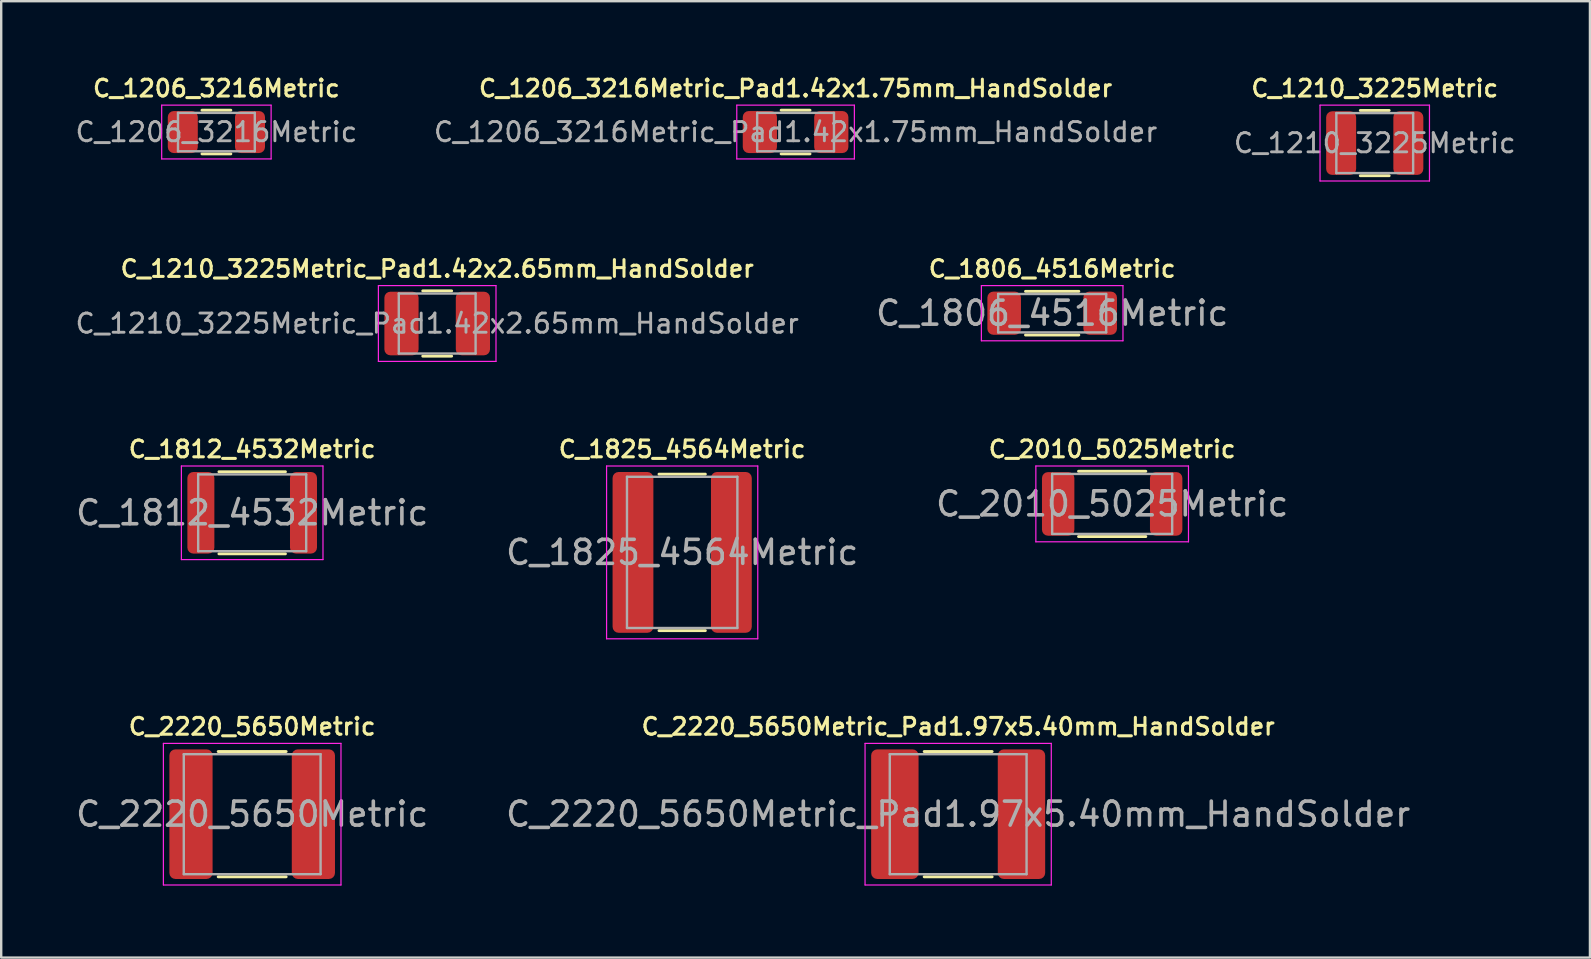
<source format=kicad_pcb>
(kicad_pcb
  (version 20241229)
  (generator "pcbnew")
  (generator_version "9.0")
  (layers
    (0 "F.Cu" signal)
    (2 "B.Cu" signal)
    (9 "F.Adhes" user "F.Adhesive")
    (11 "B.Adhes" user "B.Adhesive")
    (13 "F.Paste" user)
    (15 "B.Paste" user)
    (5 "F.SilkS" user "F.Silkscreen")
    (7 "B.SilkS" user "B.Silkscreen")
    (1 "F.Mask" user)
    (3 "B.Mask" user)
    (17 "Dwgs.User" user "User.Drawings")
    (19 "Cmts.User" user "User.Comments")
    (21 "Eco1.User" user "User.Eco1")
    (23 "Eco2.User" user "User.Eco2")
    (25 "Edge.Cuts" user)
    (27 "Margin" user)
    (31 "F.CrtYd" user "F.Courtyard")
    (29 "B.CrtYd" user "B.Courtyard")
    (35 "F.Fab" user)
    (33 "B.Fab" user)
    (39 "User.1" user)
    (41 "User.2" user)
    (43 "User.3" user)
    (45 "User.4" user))
  (footprint "C_1206_3216Metric"
    (layer "F.Cu")
    (at 5.967 2.452)
    (property "Reference" "C_1206_3216Metric" (at 0 -1.82 0) (layer "F.SilkS") (effects (font (size 0.7 0.7) (thickness 0.127))))
    (attr smd)
    (fp_line (start -0.602 -0.91) (end 0.602 -0.91) (stroke (width 0.12) (type solid)) (layer "F.SilkS"))
    (fp_line (start -0.602 0.91) (end 0.602 0.91) (stroke (width 0.12) (type solid)) (layer "F.SilkS"))
    (fp_line (start -2.28 -1.12) (end 2.28 -1.12) (stroke (width 0.05) (type solid)) (layer "F.CrtYd"))
    (fp_line (start -2.28 1.12) (end -2.28 -1.12) (stroke (width 0.05) (type solid)) (layer "F.CrtYd"))
    (fp_line (start 2.28 -1.12) (end 2.28 1.12) (stroke (width 0.05) (type solid)) (layer "F.CrtYd"))
    (fp_line (start 2.28 1.12) (end -2.28 1.12) (stroke (width 0.05) (type solid)) (layer "F.CrtYd"))
    (fp_line (start -1.6 -0.8) (end 1.6 -0.8) (stroke (width 0.1) (type solid)) (layer "F.Fab"))
    (fp_line (start -1.6 0.8) (end -1.6 -0.8) (stroke (width 0.1) (type solid)) (layer "F.Fab"))
    (fp_line (start 1.6 -0.8) (end 1.6 0.8) (stroke (width 0.1) (type solid)) (layer "F.Fab"))
    (fp_line (start 1.6 0.8) (end -1.6 0.8) (stroke (width 0.1) (type solid)) (layer "F.Fab"))
    (fp_text user "${REFERENCE}" (at 0 0 0) (layer "F.Fab") (effects (font (size 0.8 0.8) (thickness 0.12))))
    (pad "1" smd roundrect (at -1.4 0) (size 1.25 1.75) (layers "F.Cu" "F.Mask" "F.Paste") (roundrect_rratio 0.2))
    (pad "2" smd roundrect (at 1.4 0) (size 1.25 1.75) (layers "F.Cu" "F.Mask" "F.Paste") (roundrect_rratio 0.2)))
  (footprint "C_2220_5650Metric_Pad1.97x5.40mm_HandSolder"
    (layer "F.Cu")
    (at 36.875 30.875)
    (property "Reference" "C_2220_5650Metric_Pad1.97x5.40mm_HandSolder" (at 0 -3.65 0) (layer "F.SilkS") (effects (font (size 0.7 0.7) (thickness 0.127))))
    (attr smd)
    (fp_line (start -1.416 -2.61) (end 1.416 -2.61) (stroke (width 0.12) (type solid)) (layer "F.SilkS"))
    (fp_line (start -1.416 2.61) (end 1.416 2.61) (stroke (width 0.12) (type solid)) (layer "F.SilkS"))
    (fp_line (start -3.88 -2.95) (end 3.88 -2.95) (stroke (width 0.05) (type solid)) (layer "F.CrtYd"))
    (fp_line (start -3.88 2.95) (end -3.88 -2.95) (stroke (width 0.05) (type solid)) (layer "F.CrtYd"))
    (fp_line (start 3.88 -2.95) (end 3.88 2.95) (stroke (width 0.05) (type solid)) (layer "F.CrtYd"))
    (fp_line (start 3.88 2.95) (end -3.88 2.95) (stroke (width 0.05) (type solid)) (layer "F.CrtYd"))
    (fp_line (start -2.85 -2.5) (end 2.85 -2.5) (stroke (width 0.1) (type solid)) (layer "F.Fab"))
    (fp_line (start -2.85 2.5) (end -2.85 -2.5) (stroke (width 0.1) (type solid)) (layer "F.Fab"))
    (fp_line (start 2.85 -2.5) (end 2.85 2.5) (stroke (width 0.1) (type solid)) (layer "F.Fab"))
    (fp_line (start 2.85 2.5) (end -2.85 2.5) (stroke (width 0.1) (type solid)) (layer "F.Fab"))
    (fp_text user "${REFERENCE}" (at 0 0 0) (layer "F.Fab") (effects (font (size 1 1) (thickness 0.15))))
    (pad "1" smd roundrect (at -2.638 0) (size 1.975 5.4) (layers "F.Cu" "F.Mask" "F.Paste") (roundrect_rratio 0.127))
    (pad "2" smd roundrect (at 2.638 0) (size 1.975 5.4) (layers "F.Cu" "F.Mask" "F.Paste") (roundrect_rratio 0.127)))
  (footprint "C_1825_4564Metric"
    (layer "F.Cu")
    (at 25.375 19.967)
    (property "Reference" "C_1825_4564Metric" (at 0 -4.3 0) (layer "F.SilkS") (effects (font (size 0.7 0.7) (thickness 0.127))))
    (attr smd)
    (fp_line (start -0.966 -3.26) (end 0.966 -3.26) (stroke (width 0.12) (type solid)) (layer "F.SilkS"))
    (fp_line (start -0.966 3.26) (end 0.966 3.26) (stroke (width 0.12) (type solid)) (layer "F.SilkS"))
    (fp_line (start -3.15 -3.6) (end 3.15 -3.6) (stroke (width 0.05) (type solid)) (layer "F.CrtYd"))
    (fp_line (start -3.15 3.6) (end -3.15 -3.6) (stroke (width 0.05) (type solid)) (layer "F.CrtYd"))
    (fp_line (start 3.15 -3.6) (end 3.15 3.6) (stroke (width 0.05) (type solid)) (layer "F.CrtYd"))
    (fp_line (start 3.15 3.6) (end -3.15 3.6) (stroke (width 0.05) (type solid)) (layer "F.CrtYd"))
    (fp_line (start -2.3 -3.15) (end 2.3 -3.15) (stroke (width 0.1) (type solid)) (layer "F.Fab"))
    (fp_line (start -2.3 3.15) (end -2.3 -3.15) (stroke (width 0.1) (type solid)) (layer "F.Fab"))
    (fp_line (start 2.3 -3.15) (end 2.3 3.15) (stroke (width 0.1) (type solid)) (layer "F.Fab"))
    (fp_line (start 2.3 3.15) (end -2.3 3.15) (stroke (width 0.1) (type solid)) (layer "F.Fab"))
    (fp_text user "${REFERENCE}" (at 0 0 0) (layer "F.Fab") (effects (font (size 1 1) (thickness 0.15))))
    (pad "1" smd roundrect (at -2.05 0) (size 1.7 6.7) (layers "F.Cu" "F.Mask" "F.Paste") (roundrect_rratio 0.147))
    (pad "2" smd roundrect (at 2.05 0) (size 1.7 6.7) (layers "F.Cu" "F.Mask" "F.Paste") (roundrect_rratio 0.147)))
  (footprint "C_2220_5650Metric"
    (layer "F.Cu")
    (at 7.458 30.875)
    (property "Reference" "C_2220_5650Metric" (at 0 -3.65 0) (layer "F.SilkS") (effects (font (size 0.7 0.7) (thickness 0.127))))
    (attr smd)
    (fp_line (start -1.416 -2.61) (end 1.416 -2.61) (stroke (width 0.12) (type solid)) (layer "F.SilkS"))
    (fp_line (start -1.416 2.61) (end 1.416 2.61) (stroke (width 0.12) (type solid)) (layer "F.SilkS"))
    (fp_line (start -3.7 -2.95) (end 3.7 -2.95) (stroke (width 0.05) (type solid)) (layer "F.CrtYd"))
    (fp_line (start -3.7 2.95) (end -3.7 -2.95) (stroke (width 0.05) (type solid)) (layer "F.CrtYd"))
    (fp_line (start 3.7 -2.95) (end 3.7 2.95) (stroke (width 0.05) (type solid)) (layer "F.CrtYd"))
    (fp_line (start 3.7 2.95) (end -3.7 2.95) (stroke (width 0.05) (type solid)) (layer "F.CrtYd"))
    (fp_line (start -2.85 -2.5) (end 2.85 -2.5) (stroke (width 0.1) (type solid)) (layer "F.Fab"))
    (fp_line (start -2.85 2.5) (end -2.85 -2.5) (stroke (width 0.1) (type solid)) (layer "F.Fab"))
    (fp_line (start 2.85 -2.5) (end 2.85 2.5) (stroke (width 0.1) (type solid)) (layer "F.Fab"))
    (fp_line (start 2.85 2.5) (end -2.85 2.5) (stroke (width 0.1) (type solid)) (layer "F.Fab"))
    (fp_text user "${REFERENCE}" (at 0 0 0) (layer "F.Fab") (effects (font (size 1 1) (thickness 0.15))))
    (pad "1" smd roundrect (at -2.55 0) (size 1.8 5.4) (layers "F.Cu" "F.Mask" "F.Paste") (roundrect_rratio 0.139))
    (pad "2" smd roundrect (at 2.55 0) (size 1.8 5.4) (layers "F.Cu" "F.Mask" "F.Paste") (roundrect_rratio 0.139)))
  (footprint "C_1210_3225Metric"
    (layer "F.Cu")
    (at 54.233 2.912)
    (property "Reference" "C_1210_3225Metric" (at 0 -2.28 0) (layer "F.SilkS") (effects (font (size 0.7 0.7) (thickness 0.127))))
    (attr smd)
    (fp_line (start -0.602 -1.36) (end 0.602 -1.36) (stroke (width 0.12) (type solid)) (layer "F.SilkS"))
    (fp_line (start -0.602 1.36) (end 0.602 1.36) (stroke (width 0.12) (type solid)) (layer "F.SilkS"))
    (fp_line (start -2.28 -1.58) (end 2.28 -1.58) (stroke (width 0.05) (type solid)) (layer "F.CrtYd"))
    (fp_line (start -2.28 1.58) (end -2.28 -1.58) (stroke (width 0.05) (type solid)) (layer "F.CrtYd"))
    (fp_line (start 2.28 -1.58) (end 2.28 1.58) (stroke (width 0.05) (type solid)) (layer "F.CrtYd"))
    (fp_line (start 2.28 1.58) (end -2.28 1.58) (stroke (width 0.05) (type solid)) (layer "F.CrtYd"))
    (fp_line (start -1.6 -1.25) (end 1.6 -1.25) (stroke (width 0.1) (type solid)) (layer "F.Fab"))
    (fp_line (start -1.6 1.25) (end -1.6 -1.25) (stroke (width 0.1) (type solid)) (layer "F.Fab"))
    (fp_line (start 1.6 -1.25) (end 1.6 1.25) (stroke (width 0.1) (type solid)) (layer "F.Fab"))
    (fp_line (start 1.6 1.25) (end -1.6 1.25) (stroke (width 0.1) (type solid)) (layer "F.Fab"))
    (fp_text user "${REFERENCE}" (at 0 0 0) (layer "F.Fab") (effects (font (size 0.8 0.8) (thickness 0.12))))
    (pad "1" smd roundrect (at -1.4 0) (size 1.25 2.65) (layers "F.Cu" "F.Mask" "F.Paste") (roundrect_rratio 0.2))
    (pad "2" smd roundrect (at 1.4 0) (size 1.25 2.65) (layers "F.Cu" "F.Mask" "F.Paste") (roundrect_rratio 0.2)))
  (footprint "C_1806_4516Metric"
    (layer "F.Cu")
    (at 40.792 10)
    (property "Reference" "C_1806_4516Metric" (at 0 -1.85 0) (layer "F.SilkS") (effects (font (size 0.7 0.7) (thickness 0.127))))
    (attr smd)
    (fp_line (start -1.111 -0.91) (end 1.111 -0.91) (stroke (width 0.12) (type solid)) (layer "F.SilkS"))
    (fp_line (start -1.111 0.91) (end 1.111 0.91) (stroke (width 0.12) (type solid)) (layer "F.SilkS"))
    (fp_line (start -2.95 -1.15) (end 2.95 -1.15) (stroke (width 0.05) (type solid)) (layer "F.CrtYd"))
    (fp_line (start -2.95 1.15) (end -2.95 -1.15) (stroke (width 0.05) (type solid)) (layer "F.CrtYd"))
    (fp_line (start 2.95 -1.15) (end 2.95 1.15) (stroke (width 0.05) (type solid)) (layer "F.CrtYd"))
    (fp_line (start 2.95 1.15) (end -2.95 1.15) (stroke (width 0.05) (type solid)) (layer "F.CrtYd"))
    (fp_line (start -2.25 -0.8) (end 2.25 -0.8) (stroke (width 0.1) (type solid)) (layer "F.Fab"))
    (fp_line (start -2.25 0.8) (end -2.25 -0.8) (stroke (width 0.1) (type solid)) (layer "F.Fab"))
    (fp_line (start 2.25 -0.8) (end 2.25 0.8) (stroke (width 0.1) (type solid)) (layer "F.Fab"))
    (fp_line (start 2.25 0.8) (end -2.25 0.8) (stroke (width 0.1) (type solid)) (layer "F.Fab"))
    (fp_text user "${REFERENCE}" (at 0 0 0) (layer "F.Fab") (effects (font (size 1 1) (thickness 0.15))))
    (pad "1" smd roundrect (at -2 0) (size 1.4 1.8) (layers "F.Cu" "F.Mask" "F.Paste") (roundrect_rratio 0.179))
    (pad "2" smd roundrect (at 2 0) (size 1.4 1.8) (layers "F.Cu" "F.Mask" "F.Paste") (roundrect_rratio 0.179)))
  (footprint "C_1210_3225Metric_Pad1.42x2.65mm_HandSolder"
    (layer "F.Cu")
    (at 15.167 10.43)
    (property "Reference" "C_1210_3225Metric_Pad1.42x2.65mm_HandSolder" (at 0 -2.28 0) (layer "F.SilkS") (effects (font (size 0.7 0.7) (thickness 0.127))))
    (attr smd)
    (fp_line (start -0.602 -1.36) (end 0.602 -1.36) (stroke (width 0.12) (type solid)) (layer "F.SilkS"))
    (fp_line (start -0.602 1.36) (end 0.602 1.36) (stroke (width 0.12) (type solid)) (layer "F.SilkS"))
    (fp_line (start -2.45 -1.58) (end 2.45 -1.58) (stroke (width 0.05) (type solid)) (layer "F.CrtYd"))
    (fp_line (start -2.45 1.58) (end -2.45 -1.58) (stroke (width 0.05) (type solid)) (layer "F.CrtYd"))
    (fp_line (start 2.45 -1.58) (end 2.45 1.58) (stroke (width 0.05) (type solid)) (layer "F.CrtYd"))
    (fp_line (start 2.45 1.58) (end -2.45 1.58) (stroke (width 0.05) (type solid)) (layer "F.CrtYd"))
    (fp_line (start -1.6 -1.25) (end 1.6 -1.25) (stroke (width 0.1) (type solid)) (layer "F.Fab"))
    (fp_line (start -1.6 1.25) (end -1.6 -1.25) (stroke (width 0.1) (type solid)) (layer "F.Fab"))
    (fp_line (start 1.6 -1.25) (end 1.6 1.25) (stroke (width 0.1) (type solid)) (layer "F.Fab"))
    (fp_line (start 1.6 1.25) (end -1.6 1.25) (stroke (width 0.1) (type solid)) (layer "F.Fab"))
    (fp_text user "${REFERENCE}" (at 0 0 0) (layer "F.Fab") (effects (font (size 0.8 0.8) (thickness 0.12))))
    (pad "1" smd roundrect (at -1.488 0) (size 1.425 2.65) (layers "F.Cu" "F.Mask" "F.Paste") (roundrect_rratio 0.175))
    (pad "2" smd roundrect (at 1.488 0) (size 1.425 2.65) (layers "F.Cu" "F.Mask" "F.Paste") (roundrect_rratio 0.175)))
  (footprint "C_1206_3216Metric_Pad1.42x1.75mm_HandSolder"
    (layer "F.Cu")
    (at 30.1 2.452)
    (property "Reference" "C_1206_3216Metric_Pad1.42x1.75mm_HandSolder" (at 0 -1.82 0) (layer "F.SilkS") (effects (font (size 0.7 0.7) (thickness 0.127))))
    (attr smd)
    (fp_line (start -0.602 -0.91) (end 0.602 -0.91) (stroke (width 0.12) (type solid)) (layer "F.SilkS"))
    (fp_line (start -0.602 0.91) (end 0.602 0.91) (stroke (width 0.12) (type solid)) (layer "F.SilkS"))
    (fp_line (start -2.45 -1.12) (end 2.45 -1.12) (stroke (width 0.05) (type solid)) (layer "F.CrtYd"))
    (fp_line (start -2.45 1.12) (end -2.45 -1.12) (stroke (width 0.05) (type solid)) (layer "F.CrtYd"))
    (fp_line (start 2.45 -1.12) (end 2.45 1.12) (stroke (width 0.05) (type solid)) (layer "F.CrtYd"))
    (fp_line (start 2.45 1.12) (end -2.45 1.12) (stroke (width 0.05) (type solid)) (layer "F.CrtYd"))
    (fp_line (start -1.6 -0.8) (end 1.6 -0.8) (stroke (width 0.1) (type solid)) (layer "F.Fab"))
    (fp_line (start -1.6 0.8) (end -1.6 -0.8) (stroke (width 0.1) (type solid)) (layer "F.Fab"))
    (fp_line (start 1.6 -0.8) (end 1.6 0.8) (stroke (width 0.1) (type solid)) (layer "F.Fab"))
    (fp_line (start 1.6 0.8) (end -1.6 0.8) (stroke (width 0.1) (type solid)) (layer "F.Fab"))
    (fp_text user "${REFERENCE}" (at 0 0 0) (layer "F.Fab") (effects (font (size 0.8 0.8) (thickness 0.12))))
    (pad "1" smd roundrect (at -1.488 0) (size 1.425 1.75) (layers "F.Cu" "F.Mask" "F.Paste") (roundrect_rratio 0.175))
    (pad "2" smd roundrect (at 1.488 0) (size 1.425 1.75) (layers "F.Cu" "F.Mask" "F.Paste") (roundrect_rratio 0.175)))
  (footprint "C_2010_5025Metric"
    (layer "F.Cu")
    (at 43.292 17.947)
    (property "Reference" "C_2010_5025Metric" (at 0 -2.28 0) (layer "F.SilkS") (effects (font (size 0.7 0.7) (thickness 0.127))))
    (attr smd)
    (fp_line (start -1.402 -1.36) (end 1.402 -1.36) (stroke (width 0.12) (type solid)) (layer "F.SilkS"))
    (fp_line (start -1.402 1.36) (end 1.402 1.36) (stroke (width 0.12) (type solid)) (layer "F.SilkS"))
    (fp_line (start -3.18 -1.58) (end 3.18 -1.58) (stroke (width 0.05) (type solid)) (layer "F.CrtYd"))
    (fp_line (start -3.18 1.58) (end -3.18 -1.58) (stroke (width 0.05) (type solid)) (layer "F.CrtYd"))
    (fp_line (start 3.18 -1.58) (end 3.18 1.58) (stroke (width 0.05) (type solid)) (layer "F.CrtYd"))
    (fp_line (start 3.18 1.58) (end -3.18 1.58) (stroke (width 0.05) (type solid)) (layer "F.CrtYd"))
    (fp_line (start -2.5 -1.25) (end 2.5 -1.25) (stroke (width 0.1) (type solid)) (layer "F.Fab"))
    (fp_line (start -2.5 1.25) (end -2.5 -1.25) (stroke (width 0.1) (type solid)) (layer "F.Fab"))
    (fp_line (start 2.5 -1.25) (end 2.5 1.25) (stroke (width 0.1) (type solid)) (layer "F.Fab"))
    (fp_line (start 2.5 1.25) (end -2.5 1.25) (stroke (width 0.1) (type solid)) (layer "F.Fab"))
    (fp_text user "${REFERENCE}" (at 0 0 0) (layer "F.Fab") (effects (font (size 1 1) (thickness 0.15))))
    (pad "1" smd roundrect (at -2.25 0) (size 1.35 2.65) (layers "F.Cu" "F.Mask" "F.Paste") (roundrect_rratio 0.185))
    (pad "2" smd roundrect (at 2.25 0) (size 1.35 2.65) (layers "F.Cu" "F.Mask" "F.Paste") (roundrect_rratio 0.185)))
  (footprint "C_1812_4532Metric"
    (layer "F.Cu")
    (at 7.458 18.317)
    (property "Reference" "C_1812_4532Metric" (at 0 -2.65 0) (layer "F.SilkS") (effects (font (size 0.7 0.7) (thickness 0.127))))
    (attr smd)
    (fp_line (start -1.386 -1.71) (end 1.386 -1.71) (stroke (width 0.12) (type solid)) (layer "F.SilkS"))
    (fp_line (start -1.386 1.71) (end 1.386 1.71) (stroke (width 0.12) (type solid)) (layer "F.SilkS"))
    (fp_line (start -2.95 -1.95) (end 2.95 -1.95) (stroke (width 0.05) (type solid)) (layer "F.CrtYd"))
    (fp_line (start -2.95 1.95) (end -2.95 -1.95) (stroke (width 0.05) (type solid)) (layer "F.CrtYd"))
    (fp_line (start 2.95 -1.95) (end 2.95 1.95) (stroke (width 0.05) (type solid)) (layer "F.CrtYd"))
    (fp_line (start 2.95 1.95) (end -2.95 1.95) (stroke (width 0.05) (type solid)) (layer "F.CrtYd"))
    (fp_line (start -2.25 -1.6) (end 2.25 -1.6) (stroke (width 0.1) (type solid)) (layer "F.Fab"))
    (fp_line (start -2.25 1.6) (end -2.25 -1.6) (stroke (width 0.1) (type solid)) (layer "F.Fab"))
    (fp_line (start 2.25 -1.6) (end 2.25 1.6) (stroke (width 0.1) (type solid)) (layer "F.Fab"))
    (fp_line (start 2.25 1.6) (end -2.25 1.6) (stroke (width 0.1) (type solid)) (layer "F.Fab"))
    (fp_text user "${REFERENCE}" (at 0 0 0) (layer "F.Fab") (effects (font (size 1 1) (thickness 0.15))))
    (pad "1" smd roundrect (at -2.138 0) (size 1.125 3.4) (layers "F.Cu" "F.Mask" "F.Paste") (roundrect_rratio 0.222))
    (pad "2" smd roundrect (at 2.138 0) (size 1.125 3.4) (layers "F.Cu" "F.Mask" "F.Paste") (roundrect_rratio 0.222)))
  (gr_rect
    (start -3 -3)
    (end 63.2 36.85)
    (stroke (width 0.1) (type default))
    (fill no)
    (layer "Edge.Cuts")))
</source>
